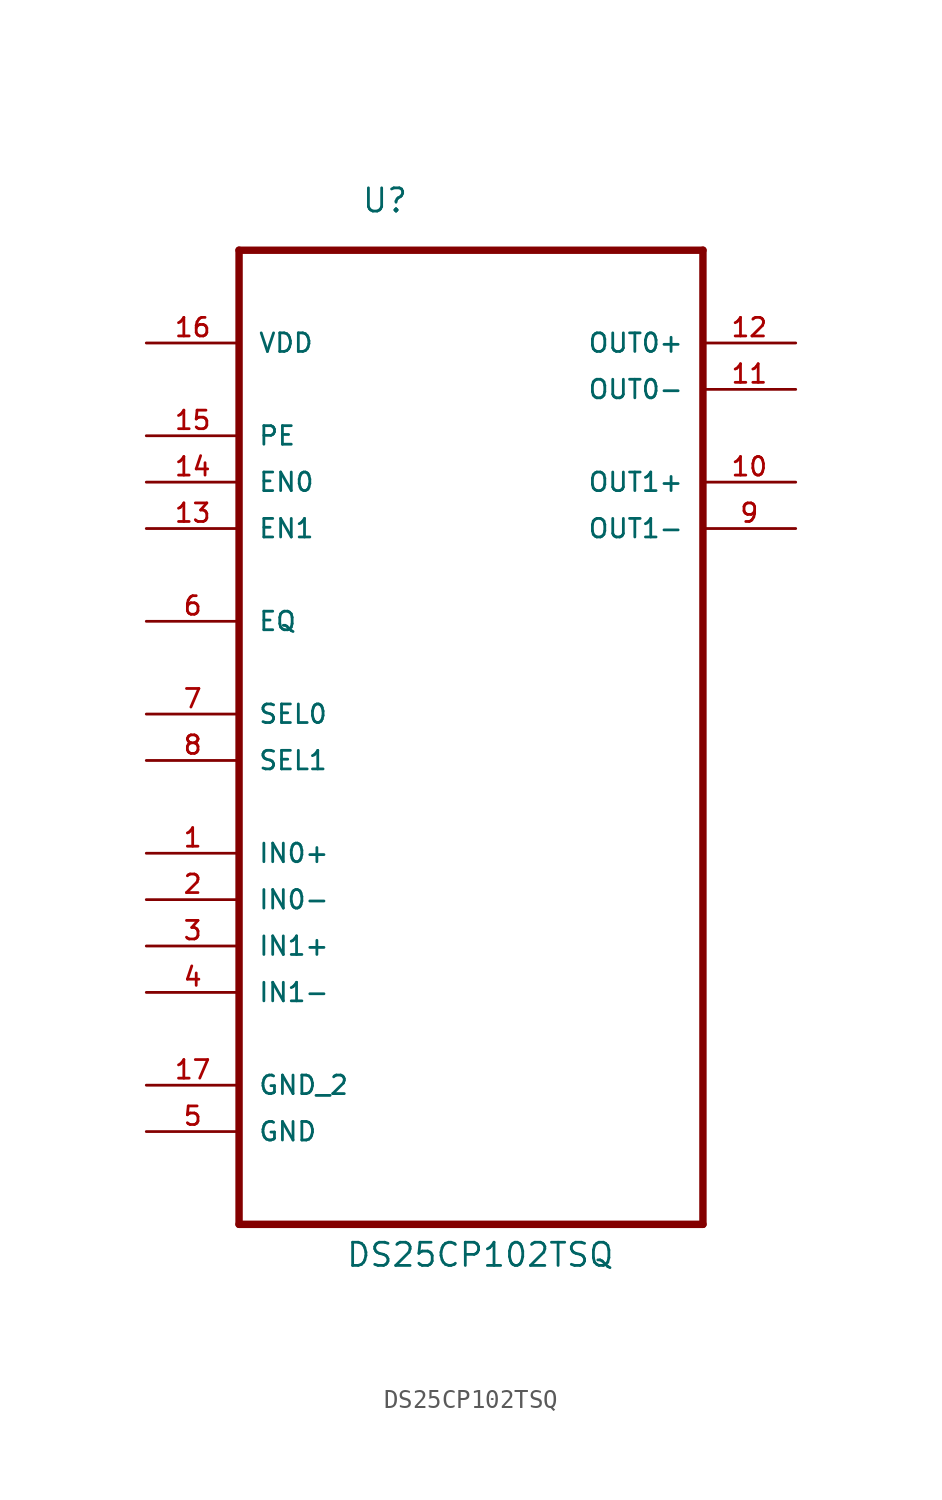
<source format=kicad_sym>
(kicad_symbol_lib
  (version 20211014)
  (generator kicad_symbol_editor)
  (symbol "DS25CP102TSQ"
    (pin_names
      (offset 1.016))
    (property "Reference" "U"
      (at -6.02 24.841 0)
      (effects (font (size 1.27 1.27)) (justify left bottom)))
    (property "Value" "DS25CP102TSQ"
      (at -6.883 -32.893 0)
      (effects (font (size 1.27 1.27)) (justify left bottom)))
    (property "ki_locked" ""
      (at 0 0 0)
      (effects (font (size 1.27 1.27))))
    (symbol "DS25CP102TSQ_0_0"
      (polyline (pts (xy -12.7 -30.48) (xy 12.7 -30.48)) (stroke (width 0.406) (type default) (color 0 0 0 0)) (fill (type none)))
      (polyline (pts (xy -12.7 22.86) (xy -12.7 -30.48)) (stroke (width 0.406) (type default) (color 0 0 0 0)) (fill (type none)))
      (polyline (pts (xy 12.7 -30.48) (xy 12.7 22.86)) (stroke (width 0.406) (type default) (color 0 0 0 0)) (fill (type none)))
      (polyline (pts (xy 12.7 22.86) (xy -12.7 22.86)) (stroke (width 0.406) (type default) (color 0 0 0 0)) (fill (type none)))
      (pin input line (at -17.78 -10.16 0) (length 5.08) (name "IN0+" (effects (font (size 1.016 1.016)))) (number "1" (effects (font (size 1.016 1.016)))))
      (pin output line (at 17.78 10.16 180) (length 5.08) (name "OUT1+" (effects (font (size 1.016 1.016)))) (number "10" (effects (font (size 1.016 1.016)))))
      (pin output line (at 17.78 15.24 180) (length 5.08) (name "OUT0-" (effects (font (size 1.016 1.016)))) (number "11" (effects (font (size 1.016 1.016)))))
      (pin output line (at 17.78 17.78 180) (length 5.08) (name "OUT0+" (effects (font (size 1.016 1.016)))) (number "12" (effects (font (size 1.016 1.016)))))
      (pin input line (at -17.78 7.62 0) (length 5.08) (name "EN1" (effects (font (size 1.016 1.016)))) (number "13" (effects (font (size 1.016 1.016)))))
      (pin input line (at -17.78 10.16 0) (length 5.08) (name "EN0" (effects (font (size 1.016 1.016)))) (number "14" (effects (font (size 1.016 1.016)))))
      (pin input line (at -17.78 12.7 0) (length 5.08) (name "PE" (effects (font (size 1.016 1.016)))) (number "15" (effects (font (size 1.016 1.016)))))
      (pin power_in line (at -17.78 17.78 0) (length 5.08) (name "VDD" (effects (font (size 1.016 1.016)))) (number "16" (effects (font (size 1.016 1.016)))))
      (pin passive line (at -17.78 -22.86 0) (length 5.08) (name "GND_2" (effects (font (size 1.016 1.016)))) (number "17" (effects (font (size 1.016 1.016)))))
      (pin input line (at -17.78 -12.7 0) (length 5.08) (name "IN0-" (effects (font (size 1.016 1.016)))) (number "2" (effects (font (size 1.016 1.016)))))
      (pin input line (at -17.78 -15.24 0) (length 5.08) (name "IN1+" (effects (font (size 1.016 1.016)))) (number "3" (effects (font (size 1.016 1.016)))))
      (pin input line (at -17.78 -17.78 0) (length 5.08) (name "IN1-" (effects (font (size 1.016 1.016)))) (number "4" (effects (font (size 1.016 1.016)))))
      (pin passive line (at -17.78 -25.4 0) (length 5.08) (name "GND" (effects (font (size 1.016 1.016)))) (number "5" (effects (font (size 1.016 1.016)))))
      (pin input line (at -17.78 2.54 0) (length 5.08) (name "EQ" (effects (font (size 1.016 1.016)))) (number "6" (effects (font (size 1.016 1.016)))))
      (pin input line (at -17.78 -2.54 0) (length 5.08) (name "SEL0" (effects (font (size 1.016 1.016)))) (number "7" (effects (font (size 1.016 1.016)))))
      (pin input line (at -17.78 -5.08 0) (length 5.08) (name "SEL1" (effects (font (size 1.016 1.016)))) (number "8" (effects (font (size 1.016 1.016)))))
      (pin output line (at 17.78 7.62 180) (length 5.08) (name "OUT1-" (effects (font (size 1.016 1.016)))) (number "9" (effects (font (size 1.016 1.016))))))))
</source>
